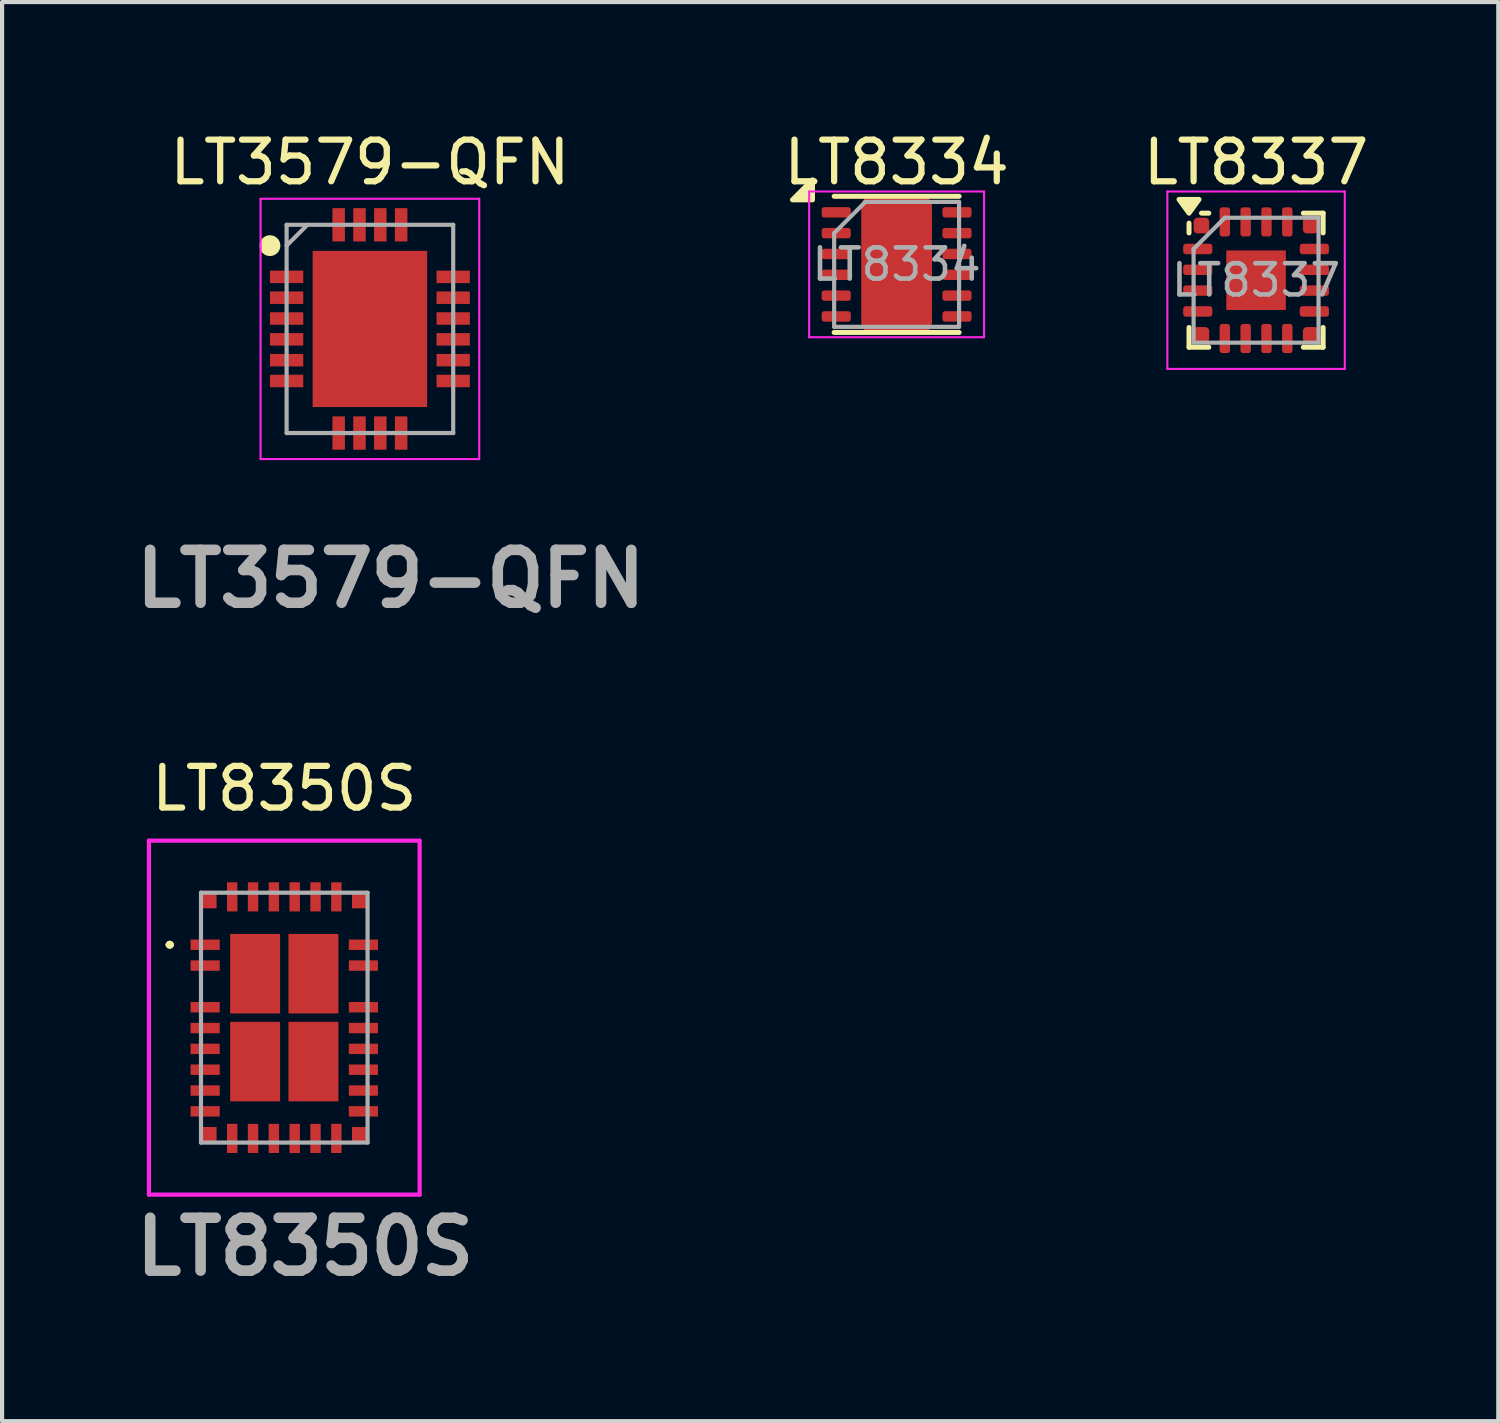
<source format=kicad_pcb>
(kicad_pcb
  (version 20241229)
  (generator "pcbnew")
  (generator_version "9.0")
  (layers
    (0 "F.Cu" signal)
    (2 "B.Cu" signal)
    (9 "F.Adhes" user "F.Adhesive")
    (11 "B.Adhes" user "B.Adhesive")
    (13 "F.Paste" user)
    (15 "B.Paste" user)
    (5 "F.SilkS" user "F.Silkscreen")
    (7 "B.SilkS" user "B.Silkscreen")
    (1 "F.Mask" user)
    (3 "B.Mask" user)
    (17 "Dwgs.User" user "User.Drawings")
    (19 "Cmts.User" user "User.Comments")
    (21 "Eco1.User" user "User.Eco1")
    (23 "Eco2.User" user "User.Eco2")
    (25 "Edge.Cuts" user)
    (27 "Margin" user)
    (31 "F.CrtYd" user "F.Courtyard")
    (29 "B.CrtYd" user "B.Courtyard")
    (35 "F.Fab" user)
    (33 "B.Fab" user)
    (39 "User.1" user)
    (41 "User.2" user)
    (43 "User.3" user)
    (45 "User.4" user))
  (footprint "LT8334"
    (layer "F.Cu")
    (at 18.479 3.298)
    (property "Reference" "LT8334" (at 0 -2.45 0) (layer "F.SilkS") (effects (font (size 1 1) (thickness 0.15))))
    (attr smd)
    (fp_line (start -1.5 -1.635) (end 1.5 -1.635) (stroke (width 0.12) (type solid)) (layer "F.SilkS"))
    (fp_line (start -1.5 1.635) (end 1.5 1.635) (stroke (width 0.12) (type solid)) (layer "F.SilkS"))
    (fp_poly (pts (xy -2.02 -1.55) (xy -2.5 -1.55) (xy -2.02 -2.03) (xy -2.02 -1.55)) (stroke (width 0.12) (type solid)) (fill yes) (layer "F.SilkS"))
    (fp_line (start -2.1 -1.75) (end -2.1 1.75) (stroke (width 0.05) (type solid)) (layer "F.CrtYd"))
    (fp_line (start -2.1 1.75) (end 2.1 1.75) (stroke (width 0.05) (type solid)) (layer "F.CrtYd"))
    (fp_line (start 2.1 -1.75) (end -2.1 -1.75) (stroke (width 0.05) (type solid)) (layer "F.CrtYd"))
    (fp_line (start 2.1 1.75) (end 2.1 -1.75) (stroke (width 0.05) (type solid)) (layer "F.CrtYd"))
    (fp_line (start -1.5 -0.75) (end -0.75 -1.5) (stroke (width 0.1) (type solid)) (layer "F.Fab"))
    (fp_line (start -1.5 1.5) (end -1.5 -0.75) (stroke (width 0.1) (type solid)) (layer "F.Fab"))
    (fp_line (start -0.75 -1.5) (end 1.5 -1.5) (stroke (width 0.1) (type solid)) (layer "F.Fab"))
    (fp_line (start 1.5 -1.5) (end 1.5 1.5) (stroke (width 0.1) (type solid)) (layer "F.Fab"))
    (fp_line (start 1.5 1.5) (end -1.5 1.5) (stroke (width 0.1) (type solid)) (layer "F.Fab"))
    (fp_text user "${REFERENCE}" (at 0 0 0) (layer "F.Fab") (effects (font (size 0.75 0.75) (thickness 0.11))))
    (pad "" smd roundrect (at -0.4 -0.625) (size 0.64 1.01) (layers "F.Paste") (roundrect_rratio 0.25))
    (pad "" smd roundrect (at -0.4 0.625) (size 0.64 1.01) (layers "F.Paste") (roundrect_rratio 0.25))
    (pad "" smd roundrect (at 0.4 -0.625) (size 0.64 1.01) (layers "F.Paste") (roundrect_rratio 0.25))
    (pad "" smd roundrect (at 0.4 0.625) (size 0.64 1.01) (layers "F.Paste") (roundrect_rratio 0.25))
    (pad "1" smd roundrect (at -1.45 -1.25) (size 0.7 0.25) (layers "F.Cu" "F.Mask" "F.Paste") (roundrect_rratio 0.25))
    (pad "2" smd roundrect (at -1.45 -0.75) (size 0.7 0.25) (layers "F.Cu" "F.Mask" "F.Paste") (roundrect_rratio 0.25))
    (pad "3" smd roundrect (at -1.45 -0.25) (size 0.7 0.25) (layers "F.Cu" "F.Mask" "F.Paste") (roundrect_rratio 0.25))
    (pad "4" smd roundrect (at -1.45 0.25) (size 0.7 0.25) (layers "F.Cu" "F.Mask" "F.Paste") (roundrect_rratio 0.25))
    (pad "5" smd roundrect (at -1.45 0.75) (size 0.7 0.25) (layers "F.Cu" "F.Mask" "F.Paste") (roundrect_rratio 0.25))
    (pad "6" smd roundrect (at -1.45 1.25) (size 0.7 0.25) (layers "F.Cu" "F.Mask" "F.Paste") (roundrect_rratio 0.25))
    (pad "7" smd roundrect (at 1.45 1.25) (size 0.7 0.25) (layers "F.Cu" "F.Mask" "F.Paste") (roundrect_rratio 0.25))
    (pad "8" smd roundrect (at 1.45 0.75) (size 0.7 0.25) (layers "F.Cu" "F.Mask" "F.Paste") (roundrect_rratio 0.25))
    (pad "9" smd roundrect (at 1.45 0.25) (size 0.7 0.25) (layers "F.Cu" "F.Mask" "F.Paste") (roundrect_rratio 0.25))
    (pad "10" smd roundrect (at 1.45 -0.25) (size 0.7 0.25) (layers "F.Cu" "F.Mask" "F.Paste") (roundrect_rratio 0.25))
    (pad "11" smd roundrect (at 1.45 -0.75) (size 0.7 0.25) (layers "F.Cu" "F.Mask" "F.Paste") (roundrect_rratio 0.25))
    (pad "12" smd roundrect (at 1.45 -1.25) (size 0.7 0.25) (layers "F.Cu" "F.Mask" "F.Paste") (roundrect_rratio 0.25))
    (pad "13" smd roundrect (at 0 0) (size 1.7 3.3) (property pad_prop_heatsink) (layers "F.Cu" "F.Mask") (roundrect_rratio 0.147)))
  (footprint "LT8350S"
    (layer "F.Cu")
    (at 3.776 21.385)
    (property "Reference" "LT8350S" (at 0 -5.5 0) (layer "F.SilkS") (effects (font (size 1 1) (thickness 0.15))))
    (attr smd)
    (fp_line (start -2.8 -1.75) (end -2.8 -1.75) (stroke (width 0.1) (type solid)) (layer "F.SilkS"))
    (fp_line (start -2.7 -1.75) (end -2.7 -1.75) (stroke (width 0.1) (type solid)) (layer "F.SilkS"))
    (fp_arc (start -2.8 -1.75) (mid -2.75 -1.8) (end -2.7 -1.75) (stroke (width 0.1) (type solid)) (layer "F.SilkS"))
    (fp_arc (start -2.7 -1.75) (mid -2.75 -1.7) (end -2.8 -1.75) (stroke (width 0.1) (type solid)) (layer "F.SilkS"))
    (fp_line (start -3.25 -4.25) (end 3.25 -4.25) (stroke (width 0.1) (type solid)) (layer "F.CrtYd"))
    (fp_line (start -3.25 4.25) (end -3.25 -4.25) (stroke (width 0.1) (type solid)) (layer "F.CrtYd"))
    (fp_line (start 3.25 -4.25) (end 3.25 4.25) (stroke (width 0.1) (type solid)) (layer "F.CrtYd"))
    (fp_line (start 3.25 4.25) (end -3.25 4.25) (stroke (width 0.1) (type solid)) (layer "F.CrtYd"))
    (fp_line (start -2 -3) (end 2 -3) (stroke (width 0.1) (type solid)) (layer "F.Fab"))
    (fp_line (start -2 3) (end -2 -3) (stroke (width 0.1) (type solid)) (layer "F.Fab"))
    (fp_line (start 2 -3) (end 2 3) (stroke (width 0.1) (type solid)) (layer "F.Fab"))
    (fp_line (start 2 3) (end -2 3) (stroke (width 0.1) (type solid)) (layer "F.Fab"))
    (fp_text user "${REFERENCE}" (at 0.5 5.5 0) (layer "F.Fab") (effects (font (size 1.27 1.27) (thickness 0.254))))
    (pad "2" smd rect (at -1.9 -1.75 90) (size 0.25 0.7) (layers "F.Cu" "F.Mask" "F.Paste"))
    (pad "3" smd rect (at -1.9 -1.25 90) (size 0.25 0.7) (layers "F.Cu" "F.Mask" "F.Paste"))
    (pad "5" smd rect (at -1.9 -0.25 90) (size 0.25 0.7) (layers "F.Cu" "F.Mask" "F.Paste"))
    (pad "6" smd rect (at -1.9 0.25 90) (size 0.25 0.7) (layers "F.Cu" "F.Mask" "F.Paste"))
    (pad "7" smd rect (at -1.9 0.75 90) (size 0.25 0.7) (layers "F.Cu" "F.Mask" "F.Paste"))
    (pad "8" smd rect (at -1.9 1.25 90) (size 0.25 0.7) (layers "F.Cu" "F.Mask" "F.Paste"))
    (pad "9" smd rect (at -1.9 1.75 90) (size 0.25 0.7) (layers "F.Cu" "F.Mask" "F.Paste"))
    (pad "10" smd rect (at -1.9 2.25 90) (size 0.25 0.7) (layers "F.Cu" "F.Mask" "F.Paste"))
    (pad "11" smd rect (at -1.25 2.9) (size 0.25 0.7) (layers "F.Cu" "F.Mask" "F.Paste"))
    (pad "12" smd rect (at -0.75 2.9) (size 0.25 0.7) (layers "F.Cu" "F.Mask" "F.Paste"))
    (pad "13" smd rect (at -0.25 2.9) (size 0.25 0.7) (layers "F.Cu" "F.Mask" "F.Paste"))
    (pad "14" smd rect (at 0.25 2.9) (size 0.25 0.7) (layers "F.Cu" "F.Mask" "F.Paste"))
    (pad "15" smd rect (at 0.75 2.9) (size 0.25 0.7) (layers "F.Cu" "F.Mask" "F.Paste"))
    (pad "16" smd rect (at 1.25 2.9) (size 0.25 0.7) (layers "F.Cu" "F.Mask" "F.Paste"))
    (pad "17" smd rect (at 1.9 2.25 90) (size 0.25 0.7) (layers "F.Cu" "F.Mask" "F.Paste"))
    (pad "18" smd rect (at 1.9 1.75 90) (size 0.25 0.7) (layers "F.Cu" "F.Mask" "F.Paste"))
    (pad "19" smd rect (at 1.9 1.25 90) (size 0.25 0.7) (layers "F.Cu" "F.Mask" "F.Paste"))
    (pad "20" smd rect (at 1.9 0.75 90) (size 0.25 0.7) (layers "F.Cu" "F.Mask" "F.Paste"))
    (pad "21" smd rect (at 1.9 0.25 90) (size 0.25 0.7) (layers "F.Cu" "F.Mask" "F.Paste"))
    (pad "22" smd rect (at 1.9 -0.25 90) (size 0.25 0.7) (layers "F.Cu" "F.Mask" "F.Paste"))
    (pad "24" smd rect (at 1.9 -1.25 90) (size 0.25 0.7) (layers "F.Cu" "F.Mask" "F.Paste"))
    (pad "25" smd rect (at 1.9 -1.75 90) (size 0.25 0.7) (layers "F.Cu" "F.Mask" "F.Paste"))
    (pad "27" smd rect (at 1.25 -2.9) (size 0.25 0.7) (layers "F.Cu" "F.Mask" "F.Paste"))
    (pad "28" smd rect (at 0.75 -2.9) (size 0.25 0.7) (layers "F.Cu" "F.Mask" "F.Paste"))
    (pad "29" smd rect (at 0.25 -2.9) (size 0.25 0.7) (layers "F.Cu" "F.Mask" "F.Paste"))
    (pad "30" smd rect (at -0.25 -2.9) (size 0.25 0.7) (layers "F.Cu" "F.Mask" "F.Paste"))
    (pad "31" smd rect (at -0.75 -2.9) (size 0.25 0.7) (layers "F.Cu" "F.Mask" "F.Paste"))
    (pad "32" smd rect (at -1.25 -2.9) (size 0.25 0.7) (layers "F.Cu" "F.Mask" "F.Paste"))
    (pad "33" smd rect (at -0.7 -1.055) (size 1.2 1.91) (layers "F.Cu" "F.Mask" "F.Paste"))
    (pad "34" smd rect (at 0.7 -1.055) (size 1.2 1.91) (layers "F.Cu" "F.Mask" "F.Paste"))
    (pad "35" smd rect (at -0.7 1.055) (size 1.2 1.91) (layers "F.Cu" "F.Mask" "F.Paste"))
    (pad "36" smd rect (at 0.7 1.055) (size 1.2 1.91) (layers "F.Cu" "F.Mask" "F.Paste"))
    (pad "C1" smd rect (at -1.813 -2.813) (size 0.375 0.375) (layers "F.Cu" "F.Mask" "F.Paste"))
    (pad "C2" smd rect (at -1.813 2.813) (size 0.375 0.375) (layers "F.Cu" "F.Mask" "F.Paste"))
    (pad "C3" smd rect (at 1.813 2.813) (size 0.375 0.375) (layers "F.Cu" "F.Mask" "F.Paste"))
    (pad "C4" smd rect (at 1.813 -2.813) (size 0.375 0.375) (layers "F.Cu" "F.Mask" "F.Paste")))
  (footprint "LT8337"
    (layer "F.Cu")
    (at 27.11 3.678)
    (property "Reference" "LT8337" (at 0 -2.83 0) (layer "F.SilkS") (effects (font (size 1 1) (thickness 0.15))))
    (attr smd)
    (fp_line (start -1.61 -1.135) (end -1.61 -1.37) (stroke (width 0.12) (type solid)) (layer "F.SilkS"))
    (fp_line (start -1.61 1.61) (end -1.61 1.135) (stroke (width 0.12) (type solid)) (layer "F.SilkS"))
    (fp_line (start -1.135 -1.61) (end -1.31 -1.61) (stroke (width 0.12) (type solid)) (layer "F.SilkS"))
    (fp_line (start -1.135 1.61) (end -1.61 1.61) (stroke (width 0.12) (type solid)) (layer "F.SilkS"))
    (fp_line (start 1.135 -1.61) (end 1.61 -1.61) (stroke (width 0.12) (type solid)) (layer "F.SilkS"))
    (fp_line (start 1.135 1.61) (end 1.61 1.61) (stroke (width 0.12) (type solid)) (layer "F.SilkS"))
    (fp_line (start 1.61 -1.61) (end 1.61 -1.135) (stroke (width 0.12) (type solid)) (layer "F.SilkS"))
    (fp_line (start 1.61 1.61) (end 1.61 1.135) (stroke (width 0.12) (type solid)) (layer "F.SilkS"))
    (fp_poly (pts (xy -1.61 -1.61) (xy -1.85 -1.94) (xy -1.37 -1.94) (xy -1.61 -1.61)) (stroke (width 0.12) (type solid)) (fill yes) (layer "F.SilkS"))
    (fp_line (start -2.13 -2.13) (end -2.13 2.13) (stroke (width 0.05) (type solid)) (layer "F.CrtYd"))
    (fp_line (start -2.13 2.13) (end 2.13 2.13) (stroke (width 0.05) (type solid)) (layer "F.CrtYd"))
    (fp_line (start 2.13 -2.13) (end -2.13 -2.13) (stroke (width 0.05) (type solid)) (layer "F.CrtYd"))
    (fp_line (start 2.13 2.13) (end 2.13 -2.13) (stroke (width 0.05) (type solid)) (layer "F.CrtYd"))
    (fp_line (start -1.5 -0.75) (end -0.75 -1.5) (stroke (width 0.1) (type solid)) (layer "F.Fab"))
    (fp_line (start -1.5 1.5) (end -1.5 -0.75) (stroke (width 0.1) (type solid)) (layer "F.Fab"))
    (fp_line (start -0.75 -1.5) (end 1.5 -1.5) (stroke (width 0.1) (type solid)) (layer "F.Fab"))
    (fp_line (start 1.5 -1.5) (end 1.5 1.5) (stroke (width 0.1) (type solid)) (layer "F.Fab"))
    (fp_line (start 1.5 1.5) (end -1.5 1.5) (stroke (width 0.1) (type solid)) (layer "F.Fab"))
    (fp_text user "${REFERENCE}" (at 0 0 0) (layer "F.Fab") (effects (font (size 0.75 0.75) (thickness 0.11))))
    (pad "" smd roundrect (at -1.312 -1.312) (size 0.375 0.375) (layers "F.Cu" "F.Mask" "F.Paste") (roundrect_rratio 0.25))
    (pad "" smd roundrect (at -1.312 1.312) (size 0.375 0.375) (layers "F.Cu" "F.Mask" "F.Paste") (roundrect_rratio 0.25))
    (pad "" smd roundrect (at -0.36 -0.36) (size 0.58 0.58) (layers "F.Paste") (roundrect_rratio 0.25))
    (pad "" smd roundrect (at -0.36 0.36) (size 0.58 0.58) (layers "F.Paste") (roundrect_rratio 0.25))
    (pad "" smd roundrect (at 0.36 -0.36) (size 0.58 0.58) (layers "F.Paste") (roundrect_rratio 0.25))
    (pad "" smd roundrect (at 0.36 0.36) (size 0.58 0.58) (layers "F.Paste") (roundrect_rratio 0.25))
    (pad "" smd roundrect (at 1.312 -1.312) (size 0.375 0.375) (layers "F.Cu" "F.Mask" "F.Paste") (roundrect_rratio 0.25))
    (pad "" smd roundrect (at 1.312 1.312) (size 0.375 0.375) (layers "F.Cu" "F.Mask" "F.Paste") (roundrect_rratio 0.25))
    (pad "1" smd roundrect (at -1.4 -0.75) (size 0.7 0.25) (layers "F.Cu" "F.Mask" "F.Paste") (roundrect_rratio 0.25))
    (pad "2" smd roundrect (at -1.4 -0.25) (size 0.7 0.25) (layers "F.Cu" "F.Mask" "F.Paste") (roundrect_rratio 0.25))
    (pad "3" smd roundrect (at -1.4 0.25) (size 0.7 0.25) (layers "F.Cu" "F.Mask" "F.Paste") (roundrect_rratio 0.25))
    (pad "4" smd roundrect (at -1.4 0.75) (size 0.7 0.25) (layers "F.Cu" "F.Mask" "F.Paste") (roundrect_rratio 0.25))
    (pad "5" smd roundrect (at -0.75 1.4) (size 0.25 0.7) (layers "F.Cu" "F.Mask" "F.Paste") (roundrect_rratio 0.25))
    (pad "6" smd roundrect (at -0.25 1.4) (size 0.25 0.7) (layers "F.Cu" "F.Mask" "F.Paste") (roundrect_rratio 0.25))
    (pad "7" smd roundrect (at 0.25 1.4) (size 0.25 0.7) (layers "F.Cu" "F.Mask" "F.Paste") (roundrect_rratio 0.25))
    (pad "8" smd roundrect (at 0.75 1.4) (size 0.25 0.7) (layers "F.Cu" "F.Mask" "F.Paste") (roundrect_rratio 0.25))
    (pad "9" smd roundrect (at 1.4 0.75) (size 0.7 0.25) (layers "F.Cu" "F.Mask" "F.Paste") (roundrect_rratio 0.25))
    (pad "10" smd roundrect (at 1.4 0.25) (size 0.7 0.25) (layers "F.Cu" "F.Mask" "F.Paste") (roundrect_rratio 0.25))
    (pad "11" smd roundrect (at 1.4 -0.25) (size 0.7 0.25) (layers "F.Cu" "F.Mask" "F.Paste") (roundrect_rratio 0.25))
    (pad "12" smd roundrect (at 1.4 -0.75) (size 0.7 0.25) (layers "F.Cu" "F.Mask" "F.Paste") (roundrect_rratio 0.25))
    (pad "13" smd roundrect (at 0.75 -1.4) (size 0.25 0.7) (layers "F.Cu" "F.Mask" "F.Paste") (roundrect_rratio 0.25))
    (pad "14" smd roundrect (at 0.25 -1.4) (size 0.25 0.7) (layers "F.Cu" "F.Mask" "F.Paste") (roundrect_rratio 0.25))
    (pad "15" smd roundrect (at -0.25 -1.4) (size 0.25 0.7) (layers "F.Cu" "F.Mask" "F.Paste") (roundrect_rratio 0.25))
    (pad "16" smd roundrect (at -0.75 -1.4) (size 0.25 0.7) (layers "F.Cu" "F.Mask" "F.Paste") (roundrect_rratio 0.25))
    (pad "17" smd rect (at 0 0) (size 1.43 1.43) (property pad_prop_heatsink) (layers "F.Cu" "F.Mask")))
  (footprint "LT3579-QFN"
    (layer "F.Cu")
    (at 5.832 4.848)
    (property "Reference" "LT3579-QFN" (at 0 -4 0) (layer "F.SilkS") (effects (font (size 1 1) (thickness 0.15))))
    (attr smd)
    (fp_circle (center -2.4 -2) (end -2.4 -1.875) (stroke (width 0.25) (type solid)) (fill no) (layer "F.SilkS"))
    (fp_line (start -2.625 -3.125) (end 2.625 -3.125) (stroke (width 0.05) (type solid)) (layer "F.CrtYd"))
    (fp_line (start -2.625 3.125) (end -2.625 -3.125) (stroke (width 0.05) (type solid)) (layer "F.CrtYd"))
    (fp_line (start 2.625 -3.125) (end 2.625 3.125) (stroke (width 0.05) (type solid)) (layer "F.CrtYd"))
    (fp_line (start 2.625 3.125) (end -2.625 3.125) (stroke (width 0.05) (type solid)) (layer "F.CrtYd"))
    (fp_line (start -2 -2.5) (end 2 -2.5) (stroke (width 0.1) (type solid)) (layer "F.Fab"))
    (fp_line (start -2 -2) (end -1.5 -2.5) (stroke (width 0.1) (type solid)) (layer "F.Fab"))
    (fp_line (start -2 2.5) (end -2 -2.5) (stroke (width 0.1) (type solid)) (layer "F.Fab"))
    (fp_line (start 2 -2.5) (end 2 2.5) (stroke (width 0.1) (type solid)) (layer "F.Fab"))
    (fp_line (start 2 2.5) (end -2 2.5) (stroke (width 0.1) (type solid)) (layer "F.Fab"))
    (fp_text user "${REFERENCE}" (at 0.5 6 0) (layer "F.Fab") (effects (font (size 1.27 1.27) (thickness 0.254))))
    (pad "1" smd rect (at -2 -1.25 90) (size 0.3 0.8) (layers "F.Cu" "F.Mask" "F.Paste"))
    (pad "2" smd rect (at -2 -0.75 90) (size 0.3 0.8) (layers "F.Cu" "F.Mask" "F.Paste"))
    (pad "3" smd rect (at -2 -0.25 90) (size 0.3 0.8) (layers "F.Cu" "F.Mask" "F.Paste"))
    (pad "4" smd rect (at -2 0.25 90) (size 0.3 0.8) (layers "F.Cu" "F.Mask" "F.Paste"))
    (pad "5" smd rect (at -2 0.75 90) (size 0.3 0.8) (layers "F.Cu" "F.Mask" "F.Paste"))
    (pad "6" smd rect (at -2 1.25 90) (size 0.3 0.8) (layers "F.Cu" "F.Mask" "F.Paste"))
    (pad "7" smd rect (at -0.75 2.5) (size 0.3 0.8) (layers "F.Cu" "F.Mask" "F.Paste"))
    (pad "8" smd rect (at -0.25 2.5) (size 0.3 0.8) (layers "F.Cu" "F.Mask" "F.Paste"))
    (pad "9" smd rect (at 0.25 2.5) (size 0.3 0.8) (layers "F.Cu" "F.Mask" "F.Paste"))
    (pad "10" smd rect (at 0.75 2.5) (size 0.3 0.8) (layers "F.Cu" "F.Mask" "F.Paste"))
    (pad "11" smd rect (at 2 1.25 90) (size 0.3 0.8) (layers "F.Cu" "F.Mask" "F.Paste"))
    (pad "12" smd rect (at 2 0.75 90) (size 0.3 0.8) (layers "F.Cu" "F.Mask" "F.Paste"))
    (pad "13" smd rect (at 2 0.25 90) (size 0.3 0.8) (layers "F.Cu" "F.Mask" "F.Paste"))
    (pad "14" smd rect (at 2 -0.25 90) (size 0.3 0.8) (layers "F.Cu" "F.Mask" "F.Paste"))
    (pad "15" smd rect (at 2 -0.75 90) (size 0.3 0.8) (layers "F.Cu" "F.Mask" "F.Paste"))
    (pad "16" smd rect (at 2 -1.25 90) (size 0.3 0.8) (layers "F.Cu" "F.Mask" "F.Paste"))
    (pad "17" smd rect (at 0.75 -2.5) (size 0.3 0.8) (layers "F.Cu" "F.Mask" "F.Paste"))
    (pad "18" smd rect (at 0.25 -2.5) (size 0.3 0.8) (layers "F.Cu" "F.Mask" "F.Paste"))
    (pad "19" smd rect (at -0.25 -2.5) (size 0.3 0.8) (layers "F.Cu" "F.Mask" "F.Paste"))
    (pad "20" smd rect (at -0.75 -2.5) (size 0.3 0.8) (layers "F.Cu" "F.Mask" "F.Paste"))
    (pad "21" smd rect (at 0 0) (size 2.75 3.75) (layers "F.Cu" "F.Mask" "F.Paste")))
  (gr_rect
    (start -3 -3)
    (end 32.926 31.074)
    (stroke (width 0.1) (type default))
    (fill no)
    (layer "Edge.Cuts")))
</source>
